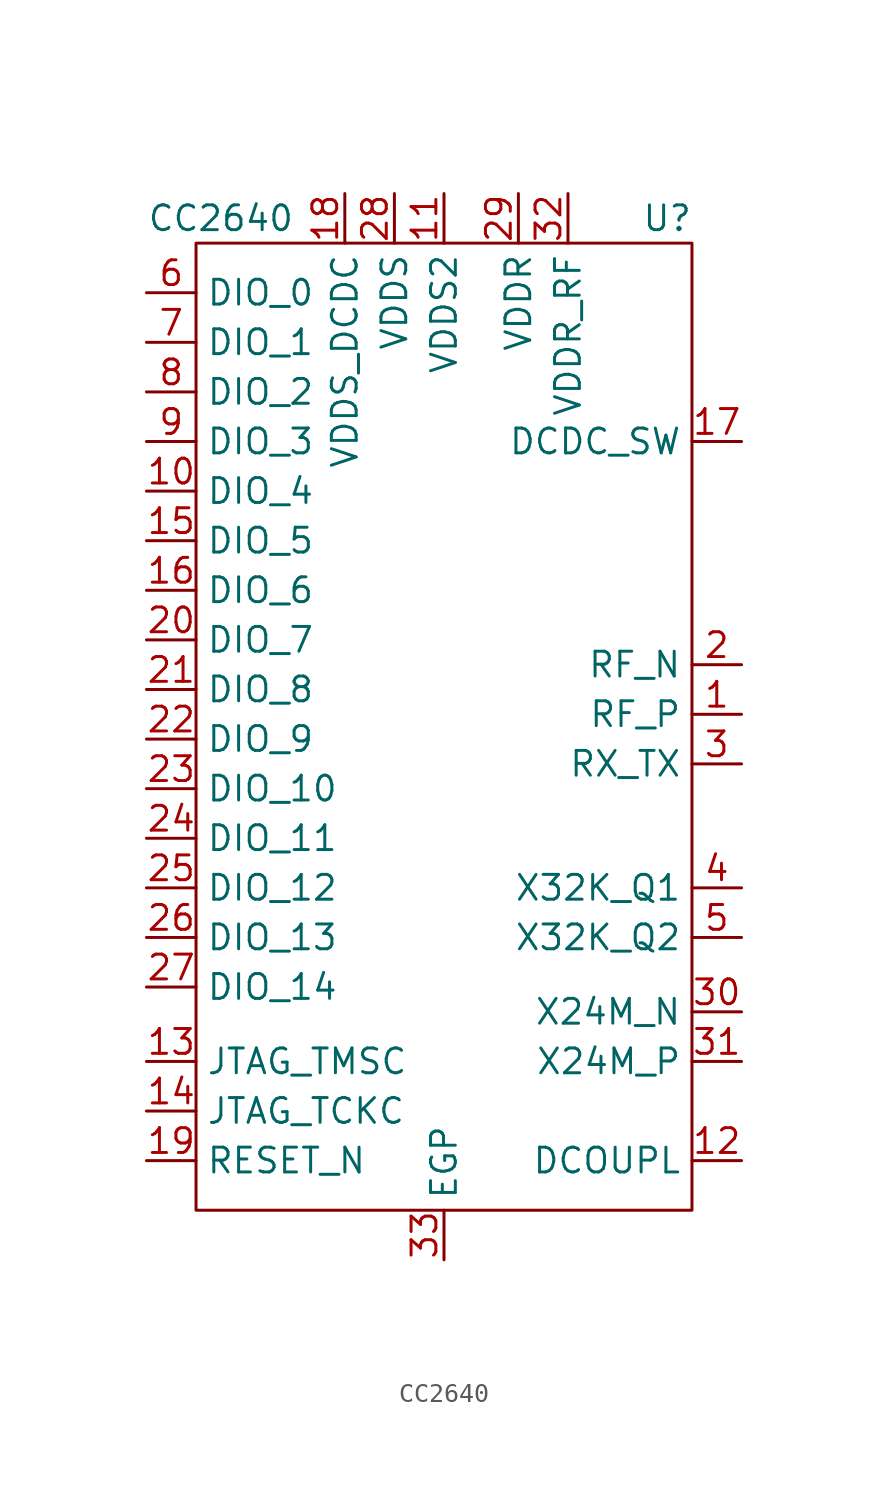
<source format=kicad_sym>
(kicad_symbol_lib
  (version 20211014)
  (generator kicad_symbol_editor)
  (symbol "CC2640"
    (property "Reference" "U"
      (at 11.43 25.4 0)
      (effects (font (size 1.27 1.27))))
    (property "Value" "CC2640"
      (at -11.43 25.4 0)
      (effects (font (size 1.27 1.27))))
    (symbol "CC2640_0_1"
      (rectangle (start -12.7 24.13) (end 12.7 -25.4) (stroke (width 0) (type default) (color 0 0 0 0)) (fill (type none))))
    (symbol "CC2640_1_1"
      (pin bidirectional line (at 15.24 0 180) (length 2.54) (name "RF_P" (effects (font (size 1.27 1.27)))) (number "1" (effects (font (size 1.27 1.27)))))
      (pin bidirectional line (at -15.24 11.43 0) (length 2.54) (name "DIO_4" (effects (font (size 1.27 1.27)))) (number "10" (effects (font (size 1.27 1.27)))))
      (pin power_in line (at 0 26.67 270) (length 2.54) (name "VDDS2" (effects (font (size 1.27 1.27)))) (number "11" (effects (font (size 1.27 1.27)))))
      (pin power_in line (at 15.24 -22.86 180) (length 2.54) (name "DCOUPL" (effects (font (size 1.27 1.27)))) (number "12" (effects (font (size 1.27 1.27)))))
      (pin bidirectional line (at -15.24 -17.78 0) (length 2.54) (name "JTAG_TMSC" (effects (font (size 1.27 1.27)))) (number "13" (effects (font (size 1.27 1.27)))))
      (pin bidirectional line (at -15.24 -20.32 0) (length 2.54) (name "JTAG_TCKC" (effects (font (size 1.27 1.27)))) (number "14" (effects (font (size 1.27 1.27)))))
      (pin bidirectional line (at -15.24 8.89 0) (length 2.54) (name "DIO_5" (effects (font (size 1.27 1.27)))) (number "15" (effects (font (size 1.27 1.27)))))
      (pin bidirectional line (at -15.24 6.35 0) (length 2.54) (name "DIO_6" (effects (font (size 1.27 1.27)))) (number "16" (effects (font (size 1.27 1.27)))))
      (pin power_out line (at 15.24 13.97 180) (length 2.54) (name "DCDC_SW" (effects (font (size 1.27 1.27)))) (number "17" (effects (font (size 1.27 1.27)))))
      (pin power_in line (at -5.08 26.67 270) (length 2.54) (name "VDDS_DCDC" (effects (font (size 1.27 1.27)))) (number "18" (effects (font (size 1.27 1.27)))))
      (pin bidirectional line (at -15.24 -22.86 0) (length 2.54) (name "RESET_N" (effects (font (size 1.27 1.27)))) (number "19" (effects (font (size 1.27 1.27)))))
      (pin bidirectional line (at 15.24 2.54 180) (length 2.54) (name "RF_N" (effects (font (size 1.27 1.27)))) (number "2" (effects (font (size 1.27 1.27)))))
      (pin bidirectional line (at -15.24 3.81 0) (length 2.54) (name "DIO_7" (effects (font (size 1.27 1.27)))) (number "20" (effects (font (size 1.27 1.27)))))
      (pin bidirectional line (at -15.24 1.27 0) (length 2.54) (name "DIO_8" (effects (font (size 1.27 1.27)))) (number "21" (effects (font (size 1.27 1.27)))))
      (pin bidirectional line (at -15.24 -1.27 0) (length 2.54) (name "DIO_9" (effects (font (size 1.27 1.27)))) (number "22" (effects (font (size 1.27 1.27)))))
      (pin bidirectional line (at -15.24 -3.81 0) (length 2.54) (name "DIO_10" (effects (font (size 1.27 1.27)))) (number "23" (effects (font (size 1.27 1.27)))))
      (pin bidirectional line (at -15.24 -6.35 0) (length 2.54) (name "DIO_11" (effects (font (size 1.27 1.27)))) (number "24" (effects (font (size 1.27 1.27)))))
      (pin bidirectional line (at -15.24 -8.89 0) (length 2.54) (name "DIO_12" (effects (font (size 1.27 1.27)))) (number "25" (effects (font (size 1.27 1.27)))))
      (pin bidirectional line (at -15.24 -11.43 0) (length 2.54) (name "DIO_13" (effects (font (size 1.27 1.27)))) (number "26" (effects (font (size 1.27 1.27)))))
      (pin bidirectional line (at -15.24 -13.97 0) (length 2.54) (name "DIO_14" (effects (font (size 1.27 1.27)))) (number "27" (effects (font (size 1.27 1.27)))))
      (pin power_out line (at -2.54 26.67 270) (length 2.54) (name "VDDS" (effects (font (size 1.27 1.27)))) (number "28" (effects (font (size 1.27 1.27)))))
      (pin power_in line (at 3.81 26.67 270) (length 2.54) (name "VDDR" (effects (font (size 1.27 1.27)))) (number "29" (effects (font (size 1.27 1.27)))))
      (pin bidirectional line (at 15.24 -2.54 180) (length 2.54) (name "RX_TX" (effects (font (size 1.27 1.27)))) (number "3" (effects (font (size 1.27 1.27)))))
      (pin bidirectional line (at 15.24 -15.24 180) (length 2.54) (name "X24M_N" (effects (font (size 1.27 1.27)))) (number "30" (effects (font (size 1.27 1.27)))))
      (pin bidirectional line (at 15.24 -17.78 180) (length 2.54) (name "X24M_P" (effects (font (size 1.27 1.27)))) (number "31" (effects (font (size 1.27 1.27)))))
      (pin power_in line (at 6.35 26.67 270) (length 2.54) (name "VDDR_RF" (effects (font (size 1.27 1.27)))) (number "32" (effects (font (size 1.27 1.27)))))
      (pin power_in line (at 0 -27.94 90) (length 2.54) (name "EGP" (effects (font (size 1.27 1.27)))) (number "33" (effects (font (size 1.27 1.27)))))
      (pin bidirectional line (at 15.24 -8.89 180) (length 2.54) (name "X32K_Q1" (effects (font (size 1.27 1.27)))) (number "4" (effects (font (size 1.27 1.27)))))
      (pin bidirectional line (at 15.24 -11.43 180) (length 2.54) (name "X32K_Q2" (effects (font (size 1.27 1.27)))) (number "5" (effects (font (size 1.27 1.27)))))
      (pin bidirectional line (at -15.24 21.59 0) (length 2.54) (name "DIO_0" (effects (font (size 1.27 1.27)))) (number "6" (effects (font (size 1.27 1.27)))))
      (pin bidirectional line (at -15.24 19.05 0) (length 2.54) (name "DIO_1" (effects (font (size 1.27 1.27)))) (number "7" (effects (font (size 1.27 1.27)))))
      (pin bidirectional line (at -15.24 16.51 0) (length 2.54) (name "DIO_2" (effects (font (size 1.27 1.27)))) (number "8" (effects (font (size 1.27 1.27)))))
      (pin bidirectional line (at -15.24 13.97 0) (length 2.54) (name "DIO_3" (effects (font (size 1.27 1.27)))) (number "9" (effects (font (size 1.27 1.27))))))))
</source>
